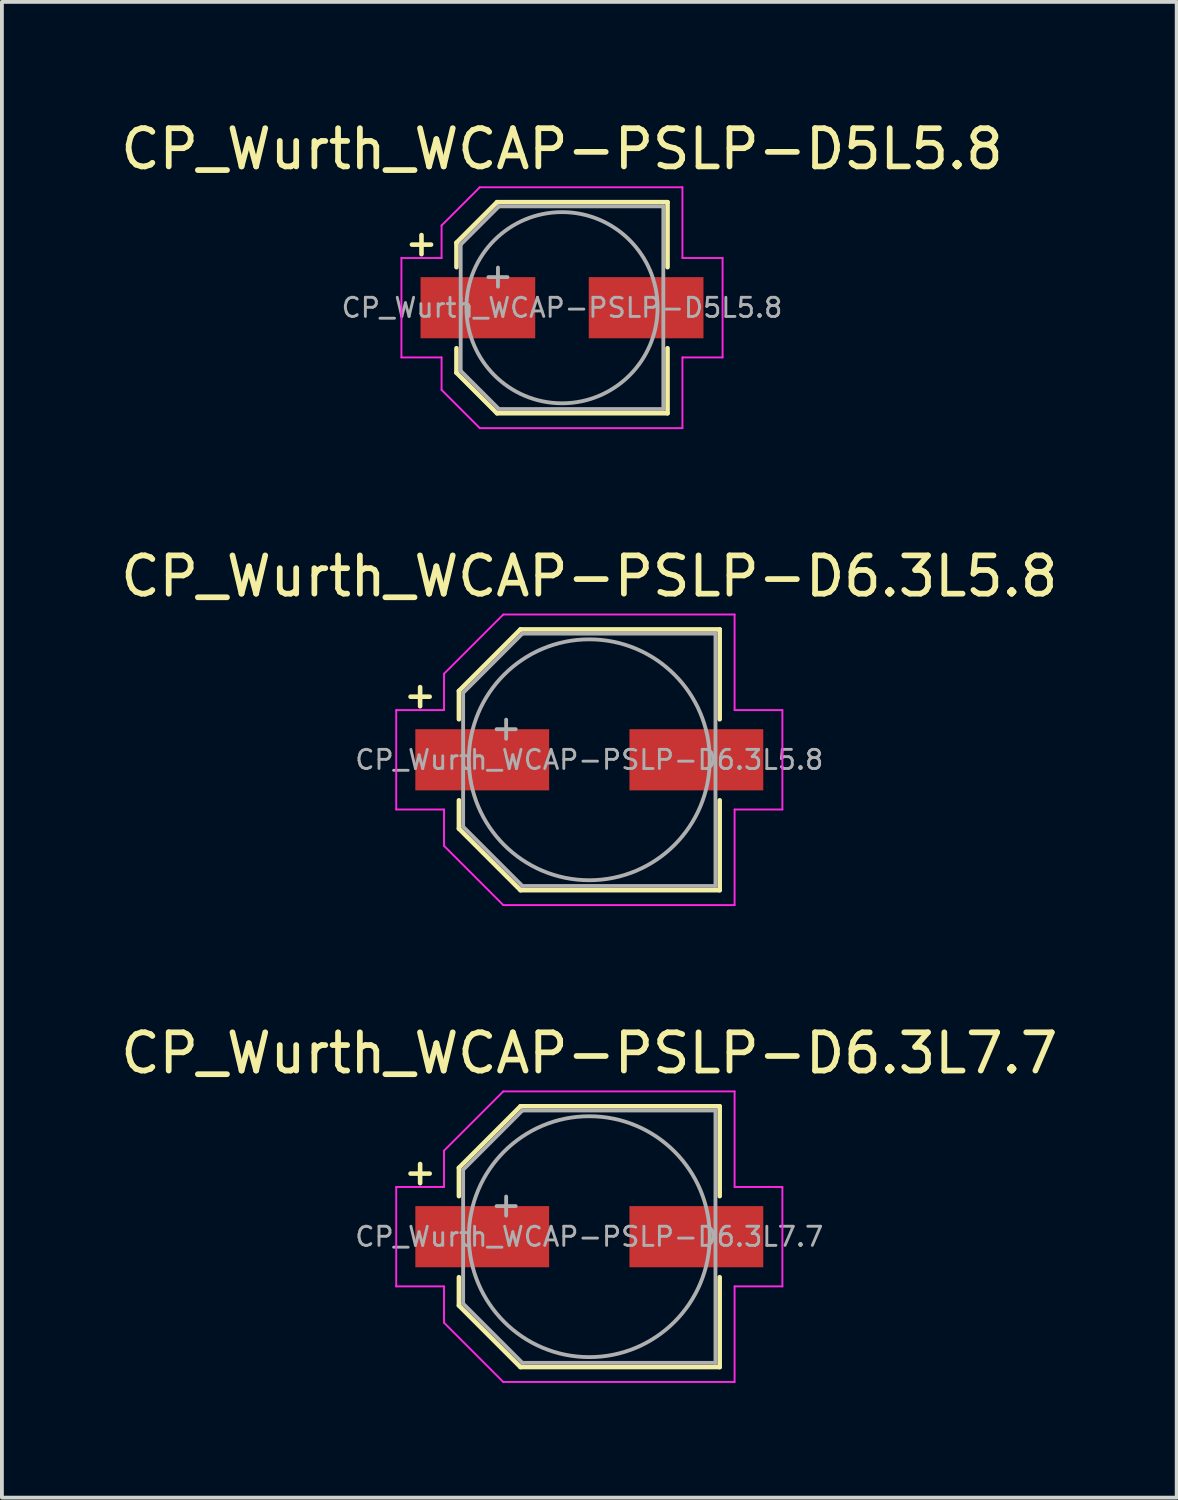
<source format=kicad_pcb>
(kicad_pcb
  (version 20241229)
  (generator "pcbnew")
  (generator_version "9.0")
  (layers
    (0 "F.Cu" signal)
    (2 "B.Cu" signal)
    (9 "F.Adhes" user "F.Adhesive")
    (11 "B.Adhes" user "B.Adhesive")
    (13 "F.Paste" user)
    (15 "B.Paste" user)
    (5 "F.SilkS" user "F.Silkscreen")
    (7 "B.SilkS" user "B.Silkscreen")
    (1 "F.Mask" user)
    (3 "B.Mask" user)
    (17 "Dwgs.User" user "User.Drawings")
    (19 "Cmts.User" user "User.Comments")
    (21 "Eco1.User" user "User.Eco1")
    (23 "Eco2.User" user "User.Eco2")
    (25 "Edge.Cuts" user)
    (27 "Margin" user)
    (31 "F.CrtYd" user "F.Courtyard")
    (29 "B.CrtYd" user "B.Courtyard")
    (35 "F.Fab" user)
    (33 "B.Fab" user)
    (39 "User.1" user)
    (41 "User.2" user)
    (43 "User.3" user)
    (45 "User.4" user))
  (footprint "CP_Wurth_WCAP-PSLP-D5L5.8"
    (layer "F.Cu")
    (at 11.649 4.998)
    (property "Reference" "CP_Wurth_WCAP-PSLP-D5L5.8" (at 0 -4.15 0) (unlocked yes) (layer "F.SilkS") (effects (font (size 1 1) (thickness 0.15))))
    (attr smd)
    (fp_line (start -3.675 -1.4) (end -3.675 -1.9) (stroke (width 0.12) (type solid)) (layer "F.SilkS"))
    (fp_line (start -3.425 -1.65) (end -3.925 -1.65) (stroke (width 0.12) (type solid)) (layer "F.SilkS"))
    (fp_line (start -2.76 -1.7) (end -2.76 -1.06) (stroke (width 0.12) (type default)) (layer "F.SilkS"))
    (fp_line (start -2.76 -1.7) (end -1.7 -2.76) (stroke (width 0.12) (type default)) (layer "F.SilkS"))
    (fp_line (start -2.76 1.7) (end -2.76 1.06) (stroke (width 0.12) (type default)) (layer "F.SilkS"))
    (fp_line (start -2.76 1.7) (end -1.7 2.76) (stroke (width 0.12) (type default)) (layer "F.SilkS"))
    (fp_line (start -1.7 -2.76) (end 2.76 -2.76) (stroke (width 0.12) (type solid)) (layer "F.SilkS"))
    (fp_line (start -1.7 2.76) (end 2.76 2.76) (stroke (width 0.12) (type solid)) (layer "F.SilkS"))
    (fp_line (start 2.76 -2.76) (end 2.76 -1.06) (stroke (width 0.12) (type default)) (layer "F.SilkS"))
    (fp_line (start 2.76 1.06) (end 2.76 2.76) (stroke (width 0.12) (type default)) (layer "F.SilkS"))
    (fp_line (start -4.2 -1.3) (end -4.2 1.3) (stroke (width 0.05) (type default)) (layer "F.CrtYd"))
    (fp_line (start -4.2 -1.3) (end -3.15 -1.3) (stroke (width 0.05) (type default)) (layer "F.CrtYd"))
    (fp_line (start -4.2 1.3) (end -3.15 1.3) (stroke (width 0.05) (type default)) (layer "F.CrtYd"))
    (fp_line (start -3.15 -2.15) (end -3.15 -1.3) (stroke (width 0.05) (type default)) (layer "F.CrtYd"))
    (fp_line (start -3.15 -2.15) (end -2.15 -3.15) (stroke (width 0.05) (type default)) (layer "F.CrtYd"))
    (fp_line (start -3.15 1.3) (end -3.15 2.15) (stroke (width 0.05) (type default)) (layer "F.CrtYd"))
    (fp_line (start -3.15 2.15) (end -2.15 3.15) (stroke (width 0.05) (type default)) (layer "F.CrtYd"))
    (fp_line (start -2.15 -3.15) (end 3.15 -3.15) (stroke (width 0.05) (type default)) (layer "F.CrtYd"))
    (fp_line (start -2.15 3.15) (end 3.15 3.15) (stroke (width 0.05) (type default)) (layer "F.CrtYd"))
    (fp_line (start 3.15 -3.15) (end 3.15 -1.3) (stroke (width 0.05) (type default)) (layer "F.CrtYd"))
    (fp_line (start 3.15 -1.3) (end 4.2 -1.3) (stroke (width 0.05) (type default)) (layer "F.CrtYd"))
    (fp_line (start 3.15 1.3) (end 3.15 3.15) (stroke (width 0.05) (type default)) (layer "F.CrtYd"))
    (fp_line (start 3.15 1.3) (end 4.2 1.3) (stroke (width 0.05) (type default)) (layer "F.CrtYd"))
    (fp_line (start 4.2 -1.3) (end 4.2 1.3) (stroke (width 0.05) (type default)) (layer "F.CrtYd"))
    (fp_line (start -2.65 -1.65) (end -1.65 -2.65) (stroke (width 0.1) (type default)) (layer "F.Fab"))
    (fp_line (start -2.65 1.65) (end -2.65 -1.65) (stroke (width 0.1) (type default)) (layer "F.Fab"))
    (fp_line (start -1.675 -0.55) (end -1.675 -1.05) (stroke (width 0.1) (type default)) (layer "F.Fab"))
    (fp_line (start -1.65 -2.65) (end 2.65 -2.65) (stroke (width 0.1) (type default)) (layer "F.Fab"))
    (fp_line (start -1.65 2.65) (end -2.65 1.65) (stroke (width 0.1) (type default)) (layer "F.Fab"))
    (fp_line (start -1.425 -0.8) (end -1.925 -0.8) (stroke (width 0.1) (type default)) (layer "F.Fab"))
    (fp_line (start 2.65 -2.65) (end 2.65 2.65) (stroke (width 0.1) (type default)) (layer "F.Fab"))
    (fp_line (start 2.65 2.65) (end -1.65 2.65) (stroke (width 0.1) (type default)) (layer "F.Fab"))
    (fp_circle (center 0 0) (end 2.5 0) (stroke (width 0.1) (type default)) (fill no) (layer "F.Fab"))
    (fp_text user "${REFERENCE}" (at 0 0 0) (unlocked yes) (layer "F.Fab") (effects (font (size 0.5 0.5) (thickness 0.075))))
    (pad "1" smd rect (at -2.2 0) (size 3 1.6) (layers "F.Cu" "F.Mask" "F.Paste"))
    (pad "2" smd rect (at 2.2 0) (size 3 1.6) (layers "F.Cu" "F.Mask" "F.Paste")))
  (footprint "CP_Wurth_WCAP-PSLP-D6.3L7.7"
    (layer "F.Cu")
    (at 12.363 29.295)
    (property "Reference" "CP_Wurth_WCAP-PSLP-D6.3L7.7" (at 0 -4.8 0) (unlocked yes) (layer "F.SilkS") (effects (font (size 1 1) (thickness 0.15))))
    (attr smd)
    (fp_line (start -4.425 -1.4) (end -4.425 -1.9) (stroke (width 0.12) (type solid)) (layer "F.SilkS"))
    (fp_line (start -4.175 -1.65) (end -4.675 -1.65) (stroke (width 0.12) (type solid)) (layer "F.SilkS"))
    (fp_line (start -3.41 -1.8) (end -3.41 -1.06) (stroke (width 0.12) (type default)) (layer "F.SilkS"))
    (fp_line (start -3.41 -1.8) (end -1.8 -3.41) (stroke (width 0.12) (type default)) (layer "F.SilkS"))
    (fp_line (start -3.41 1.8) (end -3.41 1.06) (stroke (width 0.12) (type default)) (layer "F.SilkS"))
    (fp_line (start -3.41 1.8) (end -1.8 3.41) (stroke (width 0.12) (type default)) (layer "F.SilkS"))
    (fp_line (start -1.8 -3.41) (end 3.41 -3.41) (stroke (width 0.12) (type solid)) (layer "F.SilkS"))
    (fp_line (start -1.8 3.41) (end 3.41 3.41) (stroke (width 0.12) (type solid)) (layer "F.SilkS"))
    (fp_line (start 3.41 -3.41) (end 3.41 -1.06) (stroke (width 0.12) (type default)) (layer "F.SilkS"))
    (fp_line (start 3.41 1.06) (end 3.41 3.41) (stroke (width 0.12) (type default)) (layer "F.SilkS"))
    (fp_line (start -5.05 -1.3) (end -5.05 1.3) (stroke (width 0.05) (type default)) (layer "F.CrtYd"))
    (fp_line (start -5.05 -1.3) (end -3.8 -1.3) (stroke (width 0.05) (type default)) (layer "F.CrtYd"))
    (fp_line (start -5.05 1.3) (end -3.8 1.3) (stroke (width 0.05) (type default)) (layer "F.CrtYd"))
    (fp_line (start -3.8 -2.25) (end -3.8 -1.3) (stroke (width 0.05) (type default)) (layer "F.CrtYd"))
    (fp_line (start -3.8 -2.25) (end -2.25 -3.8) (stroke (width 0.05) (type default)) (layer "F.CrtYd"))
    (fp_line (start -3.8 1.3) (end -3.8 2.25) (stroke (width 0.05) (type default)) (layer "F.CrtYd"))
    (fp_line (start -3.8 2.25) (end -2.25 3.8) (stroke (width 0.05) (type default)) (layer "F.CrtYd"))
    (fp_line (start -2.25 -3.8) (end 3.8 -3.8) (stroke (width 0.05) (type default)) (layer "F.CrtYd"))
    (fp_line (start -2.25 3.8) (end 3.8 3.8) (stroke (width 0.05) (type default)) (layer "F.CrtYd"))
    (fp_line (start 3.8 -3.8) (end 3.8 -1.3) (stroke (width 0.05) (type default)) (layer "F.CrtYd"))
    (fp_line (start 3.8 -1.3) (end 5.05 -1.3) (stroke (width 0.05) (type default)) (layer "F.CrtYd"))
    (fp_line (start 3.8 1.3) (end 3.8 3.8) (stroke (width 0.05) (type default)) (layer "F.CrtYd"))
    (fp_line (start 3.8 1.3) (end 5.05 1.3) (stroke (width 0.05) (type default)) (layer "F.CrtYd"))
    (fp_line (start 5.05 -1.3) (end 5.05 1.3) (stroke (width 0.05) (type default)) (layer "F.CrtYd"))
    (fp_line (start -3.3 -1.75) (end -1.75 -3.3) (stroke (width 0.1) (type default)) (layer "F.Fab"))
    (fp_line (start -3.3 1.75) (end -3.3 -1.75) (stroke (width 0.1) (type default)) (layer "F.Fab"))
    (fp_line (start -2.175 -0.55) (end -2.175 -1.05) (stroke (width 0.1) (type default)) (layer "F.Fab"))
    (fp_line (start -1.925 -0.8) (end -2.425 -0.8) (stroke (width 0.1) (type default)) (layer "F.Fab"))
    (fp_line (start -1.75 -3.3) (end 3.3 -3.3) (stroke (width 0.1) (type default)) (layer "F.Fab"))
    (fp_line (start -1.75 3.3) (end -3.3 1.75) (stroke (width 0.1) (type default)) (layer "F.Fab"))
    (fp_line (start 3.3 -3.3) (end 3.3 3.3) (stroke (width 0.1) (type default)) (layer "F.Fab"))
    (fp_line (start 3.3 3.3) (end -1.75 3.3) (stroke (width 0.1) (type default)) (layer "F.Fab"))
    (fp_circle (center 0 0) (end 3.15 0) (stroke (width 0.1) (type default)) (fill no) (layer "F.Fab"))
    (fp_text user "${REFERENCE}" (at 0 0 0) (unlocked yes) (layer "F.Fab") (effects (font (size 0.5 0.5) (thickness 0.075))))
    (pad "1" smd rect (at -2.8 0) (size 3.5 1.6) (layers "F.Cu" "F.Mask" "F.Paste"))
    (pad "2" smd rect (at 2.8 0) (size 3.5 1.6) (layers "F.Cu" "F.Mask" "F.Paste")))
  (footprint "CP_Wurth_WCAP-PSLP-D6.3L5.8"
    (layer "F.Cu")
    (at 12.363 16.822)
    (property "Reference" "CP_Wurth_WCAP-PSLP-D6.3L5.8" (at 0 -4.8 0) (unlocked yes) (layer "F.SilkS") (effects (font (size 1 1) (thickness 0.15))))
    (attr smd)
    (fp_line (start -4.425 -1.4) (end -4.425 -1.9) (stroke (width 0.12) (type solid)) (layer "F.SilkS"))
    (fp_line (start -4.175 -1.65) (end -4.675 -1.65) (stroke (width 0.12) (type solid)) (layer "F.SilkS"))
    (fp_line (start -3.41 -1.8) (end -3.41 -1.06) (stroke (width 0.12) (type default)) (layer "F.SilkS"))
    (fp_line (start -3.41 -1.8) (end -1.8 -3.41) (stroke (width 0.12) (type default)) (layer "F.SilkS"))
    (fp_line (start -3.41 1.8) (end -3.41 1.06) (stroke (width 0.12) (type default)) (layer "F.SilkS"))
    (fp_line (start -3.41 1.8) (end -1.8 3.41) (stroke (width 0.12) (type default)) (layer "F.SilkS"))
    (fp_line (start -1.8 -3.41) (end 3.41 -3.41) (stroke (width 0.12) (type solid)) (layer "F.SilkS"))
    (fp_line (start -1.8 3.41) (end 3.41 3.41) (stroke (width 0.12) (type solid)) (layer "F.SilkS"))
    (fp_line (start 3.41 -3.41) (end 3.41 -1.06) (stroke (width 0.12) (type default)) (layer "F.SilkS"))
    (fp_line (start 3.41 1.06) (end 3.41 3.41) (stroke (width 0.12) (type default)) (layer "F.SilkS"))
    (fp_line (start -5.05 -1.3) (end -5.05 1.3) (stroke (width 0.05) (type default)) (layer "F.CrtYd"))
    (fp_line (start -5.05 -1.3) (end -3.8 -1.3) (stroke (width 0.05) (type default)) (layer "F.CrtYd"))
    (fp_line (start -5.05 1.3) (end -3.8 1.3) (stroke (width 0.05) (type default)) (layer "F.CrtYd"))
    (fp_line (start -3.8 -2.25) (end -3.8 -1.3) (stroke (width 0.05) (type default)) (layer "F.CrtYd"))
    (fp_line (start -3.8 -2.25) (end -2.25 -3.8) (stroke (width 0.05) (type default)) (layer "F.CrtYd"))
    (fp_line (start -3.8 1.3) (end -3.8 2.25) (stroke (width 0.05) (type default)) (layer "F.CrtYd"))
    (fp_line (start -3.8 2.25) (end -2.25 3.8) (stroke (width 0.05) (type default)) (layer "F.CrtYd"))
    (fp_line (start -2.25 -3.8) (end 3.8 -3.8) (stroke (width 0.05) (type default)) (layer "F.CrtYd"))
    (fp_line (start -2.25 3.8) (end 3.8 3.8) (stroke (width 0.05) (type default)) (layer "F.CrtYd"))
    (fp_line (start 3.8 -3.8) (end 3.8 -1.3) (stroke (width 0.05) (type default)) (layer "F.CrtYd"))
    (fp_line (start 3.8 -1.3) (end 5.05 -1.3) (stroke (width 0.05) (type default)) (layer "F.CrtYd"))
    (fp_line (start 3.8 1.3) (end 3.8 3.8) (stroke (width 0.05) (type default)) (layer "F.CrtYd"))
    (fp_line (start 3.8 1.3) (end 5.05 1.3) (stroke (width 0.05) (type default)) (layer "F.CrtYd"))
    (fp_line (start 5.05 -1.3) (end 5.05 1.3) (stroke (width 0.05) (type default)) (layer "F.CrtYd"))
    (fp_line (start -3.3 -1.75) (end -1.75 -3.3) (stroke (width 0.1) (type default)) (layer "F.Fab"))
    (fp_line (start -3.3 1.75) (end -3.3 -1.75) (stroke (width 0.1) (type default)) (layer "F.Fab"))
    (fp_line (start -2.175 -0.55) (end -2.175 -1.05) (stroke (width 0.1) (type default)) (layer "F.Fab"))
    (fp_line (start -1.925 -0.8) (end -2.425 -0.8) (stroke (width 0.1) (type default)) (layer "F.Fab"))
    (fp_line (start -1.75 -3.3) (end 3.3 -3.3) (stroke (width 0.1) (type default)) (layer "F.Fab"))
    (fp_line (start -1.75 3.3) (end -3.3 1.75) (stroke (width 0.1) (type default)) (layer "F.Fab"))
    (fp_line (start 3.3 -3.3) (end 3.3 3.3) (stroke (width 0.1) (type default)) (layer "F.Fab"))
    (fp_line (start 3.3 3.3) (end -1.75 3.3) (stroke (width 0.1) (type default)) (layer "F.Fab"))
    (fp_circle (center 0 0) (end 3.15 0) (stroke (width 0.1) (type default)) (fill no) (layer "F.Fab"))
    (fp_text user "${REFERENCE}" (at 0 0 0) (unlocked yes) (layer "F.Fab") (effects (font (size 0.5 0.5) (thickness 0.075))))
    (pad "1" smd rect (at -2.8 0) (size 3.5 1.6) (layers "F.Cu" "F.Mask" "F.Paste"))
    (pad "2" smd rect (at 2.8 0) (size 3.5 1.6) (layers "F.Cu" "F.Mask" "F.Paste")))
  (gr_rect
    (start -3 -3)
    (end 27.726 36.12)
    (stroke (width 0.1) (type default))
    (fill no)
    (layer "Edge.Cuts")))
</source>
